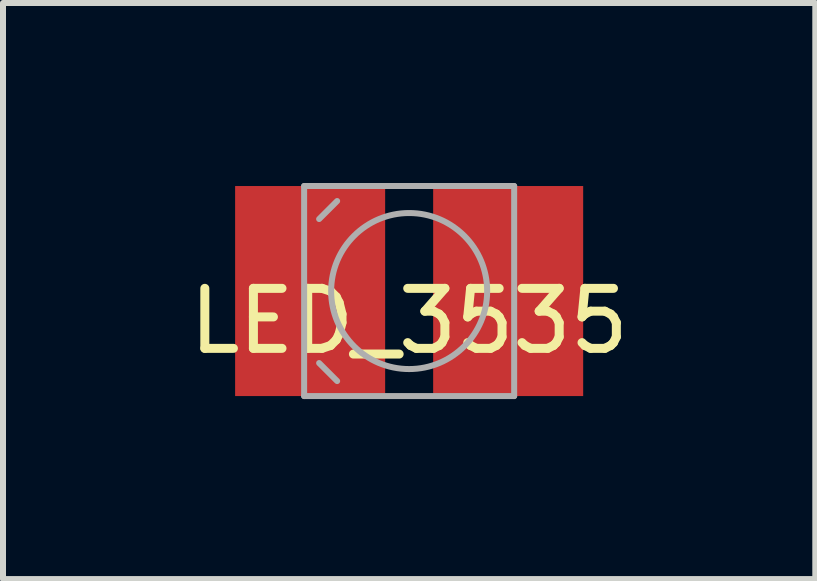
<source format=kicad_pcb>
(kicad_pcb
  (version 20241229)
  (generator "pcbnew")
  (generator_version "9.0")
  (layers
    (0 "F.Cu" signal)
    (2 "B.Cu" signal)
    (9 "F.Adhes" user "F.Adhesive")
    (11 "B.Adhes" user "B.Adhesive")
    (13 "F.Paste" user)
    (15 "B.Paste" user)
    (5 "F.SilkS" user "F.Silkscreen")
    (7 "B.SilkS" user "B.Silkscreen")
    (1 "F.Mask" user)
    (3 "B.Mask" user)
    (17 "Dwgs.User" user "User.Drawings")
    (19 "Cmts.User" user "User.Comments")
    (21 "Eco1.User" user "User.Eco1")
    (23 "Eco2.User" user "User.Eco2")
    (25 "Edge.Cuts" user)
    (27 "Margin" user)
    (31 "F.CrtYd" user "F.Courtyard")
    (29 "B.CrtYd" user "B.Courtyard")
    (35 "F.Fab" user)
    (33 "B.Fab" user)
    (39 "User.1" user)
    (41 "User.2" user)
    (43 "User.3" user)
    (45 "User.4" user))
  (footprint "LED_3535"
    (layer "F.Cu")
    (at 3.768 1.8)
    (property "Reference" "LED_3535" (at 0 0.5 0) (layer "F.SilkS") (effects (font (size 1 1) (thickness 0.15))))
    (attr through_hole)
    (fp_line (start -1.75 -1.75) (end 1.75 -1.75) (stroke (width 0.1) (type solid)) (layer "F.Fab"))
    (fp_line (start -1.75 1.75) (end -1.75 -1.75) (stroke (width 0.1) (type solid)) (layer "F.Fab"))
    (fp_line (start -1.5 1.2) (end -1.2 1.5) (stroke (width 0.1) (type solid)) (layer "F.Fab"))
    (fp_line (start -1.2 -1.5) (end -1.5 -1.2) (stroke (width 0.1) (type solid)) (layer "F.Fab"))
    (fp_line (start 1.75 -1.75) (end 1.75 1.75) (stroke (width 0.1) (type solid)) (layer "F.Fab"))
    (fp_line (start 1.75 1.75) (end -1.75 1.75) (stroke (width 0.1) (type solid)) (layer "F.Fab"))
    (fp_circle (center 0 0) (end 1.3 0) (stroke (width 0.1) (type solid)) (fill no) (layer "F.Fab"))
    (pad "1" smd rect (at -1.65 0) (size 2.5 3.5) (layers "F.Cu" "F.Mask" "F.Paste"))
    (pad "2" smd rect (at 1.65 0) (size 2.5 3.5) (layers "F.Cu" "F.Mask" "F.Paste")))
  (gr_rect
    (start -3 -3)
    (end 10.536 6.6)
    (stroke (width 0.1) (type default))
    (fill no)
    (layer "Edge.Cuts")))
</source>
